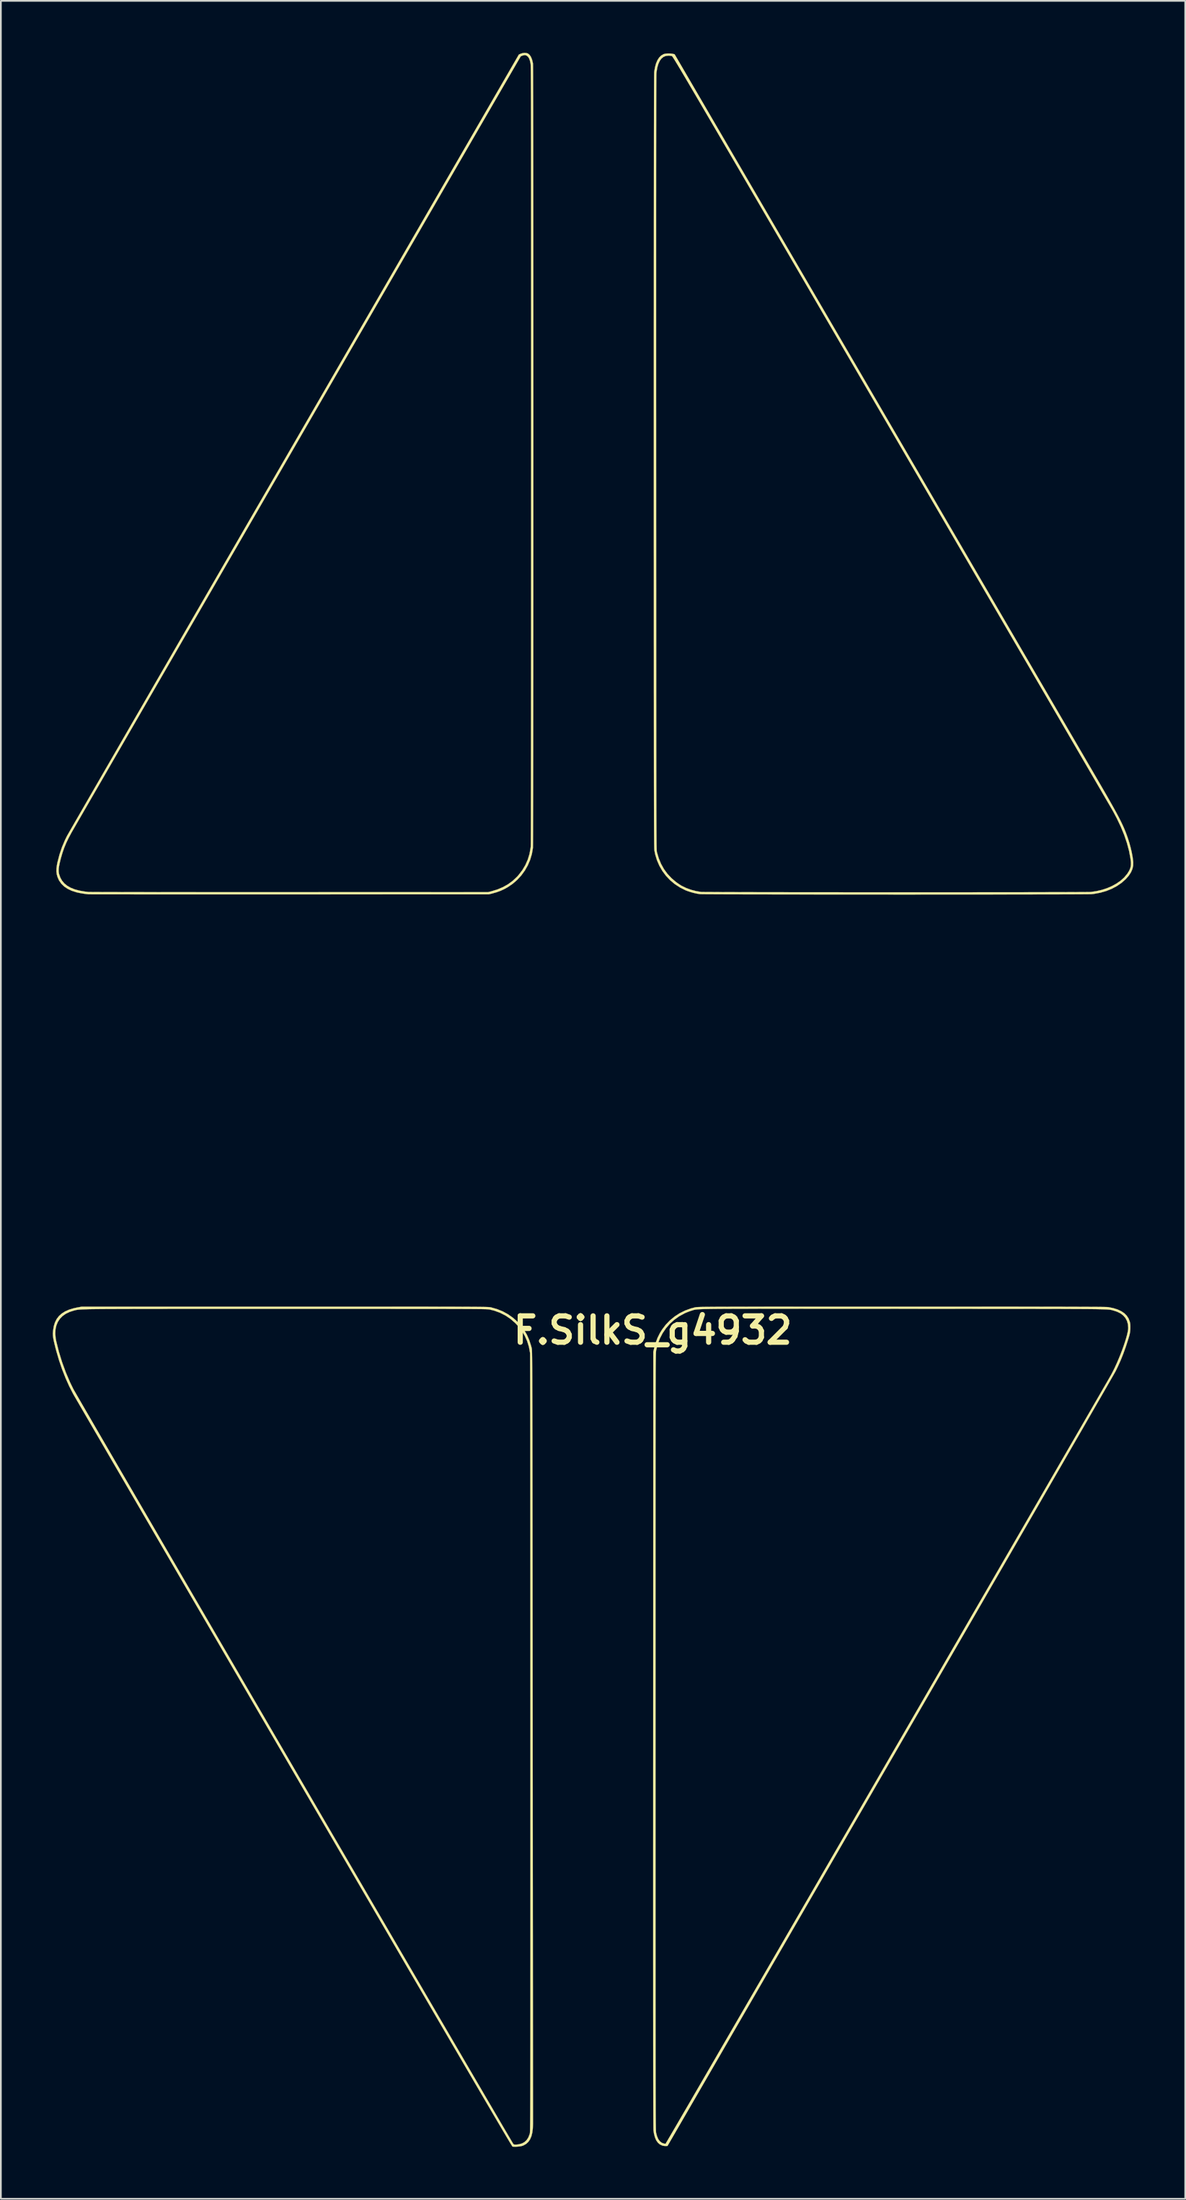
<source format=kicad_pcb>
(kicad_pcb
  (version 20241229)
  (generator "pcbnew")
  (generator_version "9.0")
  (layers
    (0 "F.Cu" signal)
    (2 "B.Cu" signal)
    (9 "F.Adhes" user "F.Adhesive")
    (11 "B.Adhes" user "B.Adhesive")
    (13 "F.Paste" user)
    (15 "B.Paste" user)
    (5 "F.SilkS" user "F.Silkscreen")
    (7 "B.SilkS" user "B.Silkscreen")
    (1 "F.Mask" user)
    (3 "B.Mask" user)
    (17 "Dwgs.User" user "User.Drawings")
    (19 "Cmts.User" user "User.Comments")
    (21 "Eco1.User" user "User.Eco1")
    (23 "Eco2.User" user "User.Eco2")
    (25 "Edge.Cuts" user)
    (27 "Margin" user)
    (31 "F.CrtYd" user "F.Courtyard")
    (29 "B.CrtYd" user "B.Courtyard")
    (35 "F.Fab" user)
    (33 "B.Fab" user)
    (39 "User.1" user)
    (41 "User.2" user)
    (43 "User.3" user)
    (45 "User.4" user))
  (footprint "F.SilkS_g4932"
    (layer "F.Cu")
    (at 34.667 73.781)
    (property "Reference" "F.SilkS_g4932" (at 0 0 0) (layer "F.SilkS") (effects (font (size 1.524 1.524) (thickness 0.3))))
    (attr through_hole)
    (fp_poly (pts (xy -7.289 -73.766) (xy -7.201 -73.734) (xy -7.11 -73.656) (xy -7.034 -73.539) (xy -6.973 -73.385) (xy -6.927 -73.195) (xy -6.921 -73.16) (xy -6.92 -73.133) (xy -6.918 -73.063) (xy -6.917 -72.954) (xy -6.916 -72.806) (xy -6.915 -72.619) (xy -6.914 -72.396) (xy -6.914 -72.136) (xy -6.913 -71.842) (xy -6.912 -71.514) (xy -6.911 -71.153) (xy -6.91 -70.76) (xy -6.909 -70.337) (xy -6.909 -69.884) (xy -6.908 -69.402) (xy -6.907 -68.894) (xy -6.906 -68.358) (xy -6.906 -67.798) (xy -6.905 -67.213) (xy -6.905 -66.605) (xy -6.904 -65.975) (xy -6.904 -65.324) (xy -6.903 -64.652) (xy -6.903 -63.962) (xy -6.902 -63.254) (xy -6.902 -62.529) (xy -6.902 -61.789) (xy -6.901 -61.033) (xy -6.901 -60.264) (xy -6.901 -59.483) (xy -6.9 -58.69) (xy -6.9 -57.886) (xy -6.9 -57.073) (xy -6.9 -56.252) (xy -6.9 -55.424) (xy -6.9 -54.589) (xy -6.899 -53.749) (xy -6.899 -52.905) (xy -6.899 -52.058) (xy -6.899 -51.21) (xy -6.899 -50.36) (xy -6.9 -49.511) (xy -6.9 -48.662) (xy -6.9 -47.816) (xy -6.9 -46.974) (xy -6.9 -46.136) (xy -6.9 -45.303) (xy -6.901 -44.477) (xy -6.901 -43.659) (xy -6.901 -42.849) (xy -6.901 -42.049) (xy -6.902 -41.26) (xy -6.902 -40.483) (xy -6.903 -39.718) (xy -6.903 -38.968) (xy -6.903 -38.233) (xy -6.904 -37.514) (xy -6.905 -36.812) (xy -6.905 -36.128) (xy -6.906 -35.464) (xy -6.906 -34.82) (xy -6.907 -34.197) (xy -6.907 -33.597) (xy -6.908 -33.021) (xy -6.909 -32.469) (xy -6.91 -31.943) (xy -6.91 -31.444) (xy -6.911 -30.972) (xy -6.912 -30.53) (xy -6.913 -30.117) (xy -6.914 -29.735) (xy -6.915 -29.386) (xy -6.916 -29.069) (xy -6.916 -28.787) (xy -6.917 -28.54) (xy -6.918 -28.33) (xy -6.919 -28.156) (xy -6.921 -28.022) (xy -6.922 -27.926) (xy -6.923 -27.872) (xy -6.923 -27.859) (xy -6.983 -27.511) (xy -7.082 -27.176) (xy -7.218 -26.856) (xy -7.389 -26.555) (xy -7.593 -26.274) (xy -7.828 -26.018) (xy -8.091 -25.789) (xy -8.381 -25.591) (xy -8.588 -25.477) (xy -8.796 -25.382) (xy -9.015 -25.302) (xy -9.26 -25.232) (xy -9.29 -25.224) (xy -9.472 -25.179) (xy -20.987 -25.177) (xy -21.684 -25.176) (xy -22.37 -25.176) (xy -23.046 -25.176) (xy -23.708 -25.176) (xy -24.356 -25.176) (xy -24.99 -25.176) (xy -25.606 -25.176) (xy -26.205 -25.176) (xy -26.786 -25.176) (xy -27.346 -25.177) (xy -27.884 -25.177) (xy -28.4 -25.177) (xy -28.893 -25.177) (xy -29.36 -25.177) (xy -29.801 -25.177) (xy -30.214 -25.178) (xy -30.599 -25.178) (xy -30.954 -25.178) (xy -31.277 -25.179) (xy -31.569 -25.179) (xy -31.826 -25.179) (xy -32.049 -25.18) (xy -32.235 -25.18) (xy -32.385 -25.18) (xy -32.495 -25.181) (xy -32.566 -25.181) (xy -32.596 -25.182) (xy -32.597 -25.182) (xy -32.719 -25.194) (xy -32.865 -25.214) (xy -33.019 -25.239) (xy -33.164 -25.267) (xy -33.286 -25.294) (xy -33.306 -25.299) (xy -33.574 -25.386) (xy -33.807 -25.496) (xy -34.005 -25.629) (xy -34.168 -25.785) (xy -34.295 -25.964) (xy -34.324 -26.019) (xy -34.393 -26.177) (xy -34.437 -26.333) (xy -34.457 -26.495) (xy -34.456 -26.546) (xy -34.328 -26.546) (xy -34.32 -26.442) (xy -34.303 -26.352) (xy -34.233 -26.149) (xy -34.132 -25.969) (xy -34 -25.811) (xy -33.834 -25.675) (xy -33.634 -25.56) (xy -33.4 -25.467) (xy -33.13 -25.394) (xy -32.824 -25.341) (xy -32.611 -25.317) (xy -32.578 -25.316) (xy -32.504 -25.315) (xy -32.39 -25.314) (xy -32.238 -25.313) (xy -32.048 -25.312) (xy -31.822 -25.311) (xy -31.562 -25.31) (xy -31.268 -25.31) (xy -30.941 -25.309) (xy -30.583 -25.308) (xy -30.196 -25.307) (xy -29.779 -25.307) (xy -29.336 -25.306) (xy -28.866 -25.306) (xy -28.371 -25.305) (xy -27.853 -25.304) (xy -27.312 -25.304) (xy -26.75 -25.304) (xy -26.169 -25.303) (xy -25.568 -25.303) (xy -24.95 -25.303) (xy -24.316 -25.303) (xy -23.667 -25.303) (xy -23.005 -25.303) (xy -22.33 -25.303) (xy -21.644 -25.303) (xy -20.966 -25.303) (xy -9.514 -25.306) (xy -9.335 -25.351) (xy -8.979 -25.459) (xy -8.653 -25.597) (xy -8.356 -25.765) (xy -8.086 -25.964) (xy -7.841 -26.195) (xy -7.752 -26.295) (xy -7.537 -26.575) (xy -7.362 -26.869) (xy -7.224 -27.18) (xy -7.123 -27.508) (xy -7.059 -27.858) (xy -7.049 -27.945) (xy -7.048 -27.977) (xy -7.047 -28.052) (xy -7.045 -28.168) (xy -7.044 -28.325) (xy -7.043 -28.524) (xy -7.042 -28.764) (xy -7.041 -29.044) (xy -7.04 -29.365) (xy -7.039 -29.725) (xy -7.039 -30.126) (xy -7.038 -30.565) (xy -7.037 -31.044) (xy -7.036 -31.562) (xy -7.035 -32.119) (xy -7.035 -32.714) (xy -7.034 -33.346) (xy -7.033 -34.017) (xy -7.033 -34.725) (xy -7.032 -35.47) (xy -7.032 -36.252) (xy -7.031 -37.071) (xy -7.031 -37.926) (xy -7.03 -38.817) (xy -7.03 -39.744) (xy -7.029 -40.706) (xy -7.029 -41.704) (xy -7.029 -42.736) (xy -7.028 -43.803) (xy -7.028 -44.904) (xy -7.028 -46.039) (xy -7.028 -47.208) (xy -7.028 -48.411) (xy -7.027 -49.646) (xy -7.027 -50.557) (xy -7.027 -51.741) (xy -7.027 -52.883) (xy -7.027 -53.984) (xy -7.027 -55.045) (xy -7.027 -56.067) (xy -7.027 -57.05) (xy -7.027 -57.995) (xy -7.027 -58.903) (xy -7.028 -59.774) (xy -7.028 -60.61) (xy -7.028 -61.41) (xy -7.028 -62.177) (xy -7.028 -62.91) (xy -7.028 -63.61) (xy -7.029 -64.278) (xy -7.029 -64.914) (xy -7.029 -65.52) (xy -7.029 -66.097) (xy -7.03 -66.644) (xy -7.03 -67.163) (xy -7.03 -67.654) (xy -7.031 -68.118) (xy -7.031 -68.556) (xy -7.032 -68.968) (xy -7.032 -69.356) (xy -7.033 -69.72) (xy -7.033 -70.06) (xy -7.034 -70.378) (xy -7.035 -70.674) (xy -7.035 -70.949) (xy -7.036 -71.204) (xy -7.037 -71.439) (xy -7.038 -71.656) (xy -7.039 -71.854) (xy -7.04 -72.035) (xy -7.041 -72.199) (xy -7.042 -72.347) (xy -7.043 -72.48) (xy -7.044 -72.599) (xy -7.045 -72.704) (xy -7.046 -72.796) (xy -7.047 -72.875) (xy -7.049 -72.943) (xy -7.05 -73.001) (xy -7.051 -73.048) (xy -7.053 -73.086) (xy -7.055 -73.115) (xy -7.056 -73.137) (xy -7.058 -73.151) (xy -7.058 -73.154) (xy -7.095 -73.32) (xy -7.14 -73.448) (xy -7.198 -73.542) (xy -7.268 -73.606) (xy -7.314 -73.63) (xy -7.364 -73.646) (xy -7.414 -73.647) (xy -7.484 -73.632) (xy -7.493 -73.63) (xy -7.56 -73.609) (xy -7.613 -73.585) (xy -7.631 -73.573) (xy -7.642 -73.553) (xy -7.674 -73.499) (xy -7.727 -73.409) (xy -7.799 -73.285) (xy -7.89 -73.128) (xy -8 -72.938) (xy -8.128 -72.717) (xy -8.274 -72.465) (xy -8.438 -72.184) (xy -8.618 -71.874) (xy -8.814 -71.535) (xy -9.026 -71.169) (xy -9.253 -70.777) (xy -9.495 -70.36) (xy -9.751 -69.918) (xy -10.022 -69.452) (xy -10.305 -68.963) (xy -10.601 -68.452) (xy -10.909 -67.919) (xy -11.23 -67.367) (xy -11.561 -66.794) (xy -11.903 -66.204) (xy -12.256 -65.595) (xy -12.618 -64.969) (xy -12.99 -64.328) (xy -13.37 -63.671) (xy -13.759 -62.999) (xy -14.156 -62.315) (xy -14.56 -61.617) (xy -14.971 -60.908) (xy -15.388 -60.187) (xy -15.811 -59.457) (xy -16.239 -58.717) (xy -16.672 -57.969) (xy -17.11 -57.214) (xy -17.551 -56.452) (xy -17.996 -55.683) (xy -18.444 -54.91) (xy -18.894 -54.133) (xy -19.346 -53.353) (xy -19.799 -52.57) (xy -20.253 -51.786) (xy -20.707 -51.001) (xy -21.162 -50.216) (xy -21.616 -49.432) (xy -22.068 -48.65) (xy -22.52 -47.871) (xy -22.969 -47.095) (xy -23.415 -46.324) (xy -23.858 -45.558) (xy -24.298 -44.798) (xy -24.734 -44.046) (xy -25.165 -43.301) (xy -25.591 -42.565) (xy -26.012 -41.838) (xy -26.426 -41.122) (xy -26.834 -40.417) (xy -27.235 -39.725) (xy -27.628 -39.045) (xy -28.014 -38.379) (xy -28.391 -37.728) (xy -28.758 -37.093) (xy -29.117 -36.474) (xy -29.465 -35.872) (xy -29.802 -35.288) (xy -30.129 -34.724) (xy -30.444 -34.179) (xy -30.747 -33.655) (xy -31.038 -33.153) (xy -31.316 -32.673) (xy -31.58 -32.216) (xy -31.83 -31.783) (xy -32.066 -31.376) (xy -32.287 -30.994) (xy -32.492 -30.639) (xy -32.681 -30.311) (xy -32.854 -30.012) (xy -33.01 -29.742) (xy -33.149 -29.503) (xy -33.269 -29.294) (xy -33.371 -29.117) (xy -33.454 -28.973) (xy -33.518 -28.862) (xy -33.562 -28.786) (xy -33.584 -28.747) (xy -33.748 -28.443) (xy -33.886 -28.156) (xy -34.004 -27.873) (xy -34.106 -27.582) (xy -34.197 -27.27) (xy -34.226 -27.156) (xy -34.273 -26.961) (xy -34.305 -26.799) (xy -34.323 -26.663) (xy -34.328 -26.546) (xy -34.456 -26.546) (xy -34.454 -26.672) (xy -34.428 -26.872) (xy -34.397 -27.027) (xy -34.281 -27.474) (xy -34.138 -27.899) (xy -33.963 -28.313) (xy -33.854 -28.534) (xy -33.838 -28.563) (xy -33.802 -28.627) (xy -33.745 -28.726) (xy -33.668 -28.86) (xy -33.572 -29.027) (xy -33.456 -29.228) (xy -33.322 -29.461) (xy -33.17 -29.725) (xy -32.999 -30.021) (xy -32.811 -30.347) (xy -32.606 -30.702) (xy -32.384 -31.086) (xy -32.146 -31.498) (xy -31.892 -31.938) (xy -31.623 -32.404) (xy -31.338 -32.897) (xy -31.039 -33.414) (xy -30.726 -33.957) (xy -30.398 -34.523) (xy -30.058 -35.112) (xy -29.704 -35.723) (xy -29.338 -36.356) (xy -28.96 -37.011) (xy -28.57 -37.685) (xy -28.168 -38.379) (xy -27.756 -39.092) (xy -27.333 -39.824) (xy -26.9 -40.572) (xy -26.457 -41.338) (xy -26.005 -42.119) (xy -25.544 -42.916) (xy -25.075 -43.727) (xy -24.597 -44.552) (xy -24.112 -45.39) (xy -23.62 -46.241) (xy -23.121 -47.104) (xy -22.615 -47.978) (xy -22.103 -48.862) (xy -21.586 -49.755) (xy -21.064 -50.658) (xy -20.733 -51.229) (xy -7.737 -73.68) (xy -7.631 -73.727) (xy -7.518 -73.763) (xy -7.4 -73.776) (xy -7.289 -73.766)) (stroke (width 0.01) (type solid)) (fill yes) (layer "F.SilkS"))
    (fp_poly (pts (xy 15.261 -1.365) (xy 16.087 -1.365) (xy 16.873 -1.365) (xy 17.62 -1.365) (xy 18.328 -1.365) (xy 18.998 -1.365) (xy 19.632 -1.364) (xy 20.23 -1.364) (xy 20.793 -1.364) (xy 21.322 -1.363) (xy 21.818 -1.363) (xy 22.283 -1.363) (xy 22.716 -1.362) (xy 23.12 -1.361) (xy 23.494 -1.361) (xy 23.84 -1.36) (xy 24.159 -1.359) (xy 24.452 -1.358) (xy 24.719 -1.357) (xy 24.962 -1.356) (xy 25.182 -1.355) (xy 25.379 -1.354) (xy 25.555 -1.353) (xy 25.709 -1.352) (xy 25.845 -1.35) (xy 25.961 -1.349) (xy 26.06 -1.347) (xy 26.142 -1.346) (xy 26.208 -1.344) (xy 26.259 -1.342) (xy 26.297 -1.34) (xy 26.321 -1.338) (xy 26.327 -1.337) (xy 26.612 -1.28) (xy 26.859 -1.202) (xy 27.07 -1.104) (xy 27.246 -0.986) (xy 27.386 -0.846) (xy 27.492 -0.685) (xy 27.563 -0.501) (xy 27.582 -0.425) (xy 27.593 -0.342) (xy 27.598 -0.23) (xy 27.597 -0.103) (xy 27.595 -0.075) (xy 27.59 0.015) (xy 27.582 0.094) (xy 27.569 0.171) (xy 27.549 0.257) (xy 27.521 0.362) (xy 27.481 0.493) (xy 27.467 0.54) (xy 27.33 0.963) (xy 27.189 1.354) (xy 27.041 1.724) (xy 26.88 2.084) (xy 26.751 2.349) (xy 26.733 2.383) (xy 26.694 2.452) (xy 26.635 2.556) (xy 26.555 2.695) (xy 26.456 2.868) (xy 26.338 3.074) (xy 26.202 3.312) (xy 26.047 3.581) (xy 25.874 3.882) (xy 25.683 4.212) (xy 25.476 4.572) (xy 25.251 4.961) (xy 25.011 5.378) (xy 24.755 5.822) (xy 24.483 6.292) (xy 24.197 6.788) (xy 23.895 7.31) (xy 23.58 7.856) (xy 23.251 8.425) (xy 22.909 9.017) (xy 22.553 9.632) (xy 22.186 10.268) (xy 21.806 10.925) (xy 21.414 11.602) (xy 21.011 12.299) (xy 20.598 13.014) (xy 20.174 13.746) (xy 19.74 14.496) (xy 19.296 15.263) (xy 18.844 16.045) (xy 18.382 16.843) (xy 17.913 17.654) (xy 17.435 18.479) (xy 16.95 19.317) (xy 16.457 20.168) (xy 15.959 21.029) (xy 15.453 21.902) (xy 14.942 22.784) (xy 14.426 23.675) (xy 13.905 24.576) (xy 13.709 24.913) (xy 0.853 47.106) (xy 0.749 47.111) (xy 0.664 47.107) (xy 0.577 47.092) (xy 0.554 47.086) (xy 0.415 47.021) (xy 0.298 46.92) (xy 0.201 46.783) (xy 0.126 46.609) (xy 0.071 46.399) (xy 0.043 46.216) (xy 0.042 46.192) (xy 0.041 46.144) (xy 0.039 46.071) (xy 0.038 45.973) (xy 0.037 45.849) (xy 0.036 45.698) (xy 0.035 45.522) (xy 0.034 45.317) (xy 0.033 45.086) (xy 0.032 44.826) (xy 0.031 44.537) (xy 0.031 44.22) (xy 0.03 43.873) (xy 0.029 43.496) (xy 0.028 43.088) (xy 0.028 42.649) (xy 0.027 42.179) (xy 0.027 41.676) (xy 0.026 41.142) (xy 0.026 40.574) (xy 0.026 39.973) (xy 0.025 39.338) (xy 0.025 38.668) (xy 0.025 37.964) (xy 0.025 37.224) (xy 0.024 36.449) (xy 0.024 35.637) (xy 0.024 34.788) (xy 0.024 33.902) (xy 0.024 32.978) (xy 0.024 32.016) (xy 0.024 31.015) (xy 0.024 29.975) (xy 0.025 28.895) (xy 0.025 27.775) (xy 0.025 26.615) (xy 0.025 25.413) (xy 0.026 24.169) (xy 0.026 23.77) (xy 0.159 23.77) (xy 0.159 24.945) (xy 0.159 26.078) (xy 0.159 27.17) (xy 0.159 28.222) (xy 0.159 29.235) (xy 0.159 30.209) (xy 0.159 31.145) (xy 0.159 32.045) (xy 0.159 32.908) (xy 0.159 33.735) (xy 0.159 34.528) (xy 0.159 35.286) (xy 0.16 36.011) (xy 0.16 36.704) (xy 0.16 37.365) (xy 0.16 37.995) (xy 0.16 38.594) (xy 0.161 39.164) (xy 0.161 39.706) (xy 0.161 40.219) (xy 0.162 40.705) (xy 0.162 41.164) (xy 0.162 41.598) (xy 0.163 42.006) (xy 0.163 42.391) (xy 0.164 42.752) (xy 0.164 43.09) (xy 0.165 43.406) (xy 0.166 43.7) (xy 0.166 43.975) (xy 0.167 44.229) (xy 0.168 44.465) (xy 0.169 44.682) (xy 0.169 44.882) (xy 0.17 45.065) (xy 0.171 45.232) (xy 0.172 45.383) (xy 0.173 45.521) (xy 0.174 45.644) (xy 0.175 45.755) (xy 0.177 45.853) (xy 0.178 45.94) (xy 0.179 46.016) (xy 0.18 46.082) (xy 0.182 46.139) (xy 0.183 46.188) (xy 0.185 46.228) (xy 0.186 46.262) (xy 0.188 46.29) (xy 0.19 46.312) (xy 0.192 46.329) (xy 0.193 46.343) (xy 0.195 46.351) (xy 0.248 46.548) (xy 0.317 46.708) (xy 0.402 46.83) (xy 0.504 46.913) (xy 0.519 46.921) (xy 0.594 46.954) (xy 0.671 46.976) (xy 0.732 46.983) (xy 0.738 46.983) (xy 0.75 46.964) (xy 0.783 46.91) (xy 0.835 46.821) (xy 0.908 46.697) (xy 1.001 46.539) (xy 1.112 46.348) (xy 1.243 46.125) (xy 1.392 45.87) (xy 1.558 45.584) (xy 1.742 45.267) (xy 1.944 44.922) (xy 2.162 44.547) (xy 2.396 44.144) (xy 2.646 43.714) (xy 2.912 43.257) (xy 3.192 42.774) (xy 3.488 42.265) (xy 3.797 41.732) (xy 4.121 41.175) (xy 4.458 40.595) (xy 4.807 39.993) (xy 5.17 39.368) (xy 5.544 38.723) (xy 5.931 38.057) (xy 6.329 37.371) (xy 6.737 36.667) (xy 7.157 35.944) (xy 7.586 35.204) (xy 8.025 34.446) (xy 8.473 33.673) (xy 8.931 32.884) (xy 9.397 32.081) (xy 9.87 31.263) (xy 10.352 30.432) (xy 10.841 29.589) (xy 11.337 28.734) (xy 11.839 27.867) (xy 12.347 26.99) (xy 12.861 26.103) (xy 13.38 25.207) (xy 13.55 24.913) (xy 14.072 24.013) (xy 14.588 23.122) (xy 15.099 22.239) (xy 15.605 21.367) (xy 16.104 20.505) (xy 16.597 19.654) (xy 17.082 18.815) (xy 17.561 17.989) (xy 18.031 17.177) (xy 18.493 16.379) (xy 18.947 15.595) (xy 19.392 14.828) (xy 19.827 14.076) (xy 20.252 13.342) (xy 20.667 12.625) (xy 21.071 11.927) (xy 21.465 11.248) (xy 21.846 10.589) (xy 22.216 9.951) (xy 22.573 9.334) (xy 22.917 8.739) (xy 23.249 8.167) (xy 23.566 7.618) (xy 23.87 7.094) (xy 24.159 6.594) (xy 24.433 6.121) (xy 24.692 5.673) (xy 24.935 5.253) (xy 25.162 4.86) (xy 25.373 4.496) (xy 25.566 4.162) (xy 25.743 3.857) (xy 25.901 3.583) (xy 26.041 3.34) (xy 26.163 3.13) (xy 26.266 2.952) (xy 26.349 2.808) (xy 26.412 2.698) (xy 26.455 2.623) (xy 26.478 2.584) (xy 26.48 2.58) (xy 26.589 2.373) (xy 26.7 2.148) (xy 26.809 1.91) (xy 26.915 1.663) (xy 27.018 1.413) (xy 27.114 1.164) (xy 27.202 0.921) (xy 27.281 0.687) (xy 27.349 0.469) (xy 27.404 0.271) (xy 27.444 0.097) (xy 27.468 -0.048) (xy 27.474 -0.14) (xy 27.456 -0.352) (xy 27.402 -0.543) (xy 27.312 -0.711) (xy 27.187 -0.856) (xy 27.028 -0.977) (xy 26.835 -1.072) (xy 26.649 -1.133) (xy 26.622 -1.14) (xy 26.597 -1.147) (xy 26.575 -1.154) (xy 26.554 -1.16) (xy 26.533 -1.166) (xy 26.511 -1.172) (xy 26.486 -1.177) (xy 26.458 -1.182) (xy 26.426 -1.187) (xy 26.389 -1.192) (xy 26.345 -1.196) (xy 26.293 -1.2) (xy 26.233 -1.204) (xy 26.164 -1.207) (xy 26.083 -1.21) (xy 25.991 -1.213) (xy 25.886 -1.216) (xy 25.768 -1.218) (xy 25.634 -1.221) (xy 25.484 -1.223) (xy 25.317 -1.225) (xy 25.132 -1.227) (xy 24.928 -1.228) (xy 24.704 -1.23) (xy 24.458 -1.231) (xy 24.19 -1.232) (xy 23.899 -1.234) (xy 23.583 -1.235) (xy 23.241 -1.235) (xy 22.873 -1.236) (xy 22.477 -1.237) (xy 22.053 -1.238) (xy 21.598 -1.238) (xy 21.113 -1.239) (xy 20.596 -1.239) (xy 20.046 -1.24) (xy 19.462 -1.24) (xy 18.843 -1.24) (xy 18.187 -1.241) (xy 17.494 -1.241) (xy 16.763 -1.242) (xy 15.993 -1.242) (xy 15.182 -1.243) (xy 14.499 -1.243) (xy 13.651 -1.244) (xy 12.845 -1.244) (xy 12.078 -1.245) (xy 11.351 -1.245) (xy 10.662 -1.245) (xy 10.01 -1.246) (xy 9.394 -1.246) (xy 8.813 -1.246) (xy 8.265 -1.247) (xy 7.751 -1.247) (xy 7.268 -1.247) (xy 6.816 -1.247) (xy 6.394 -1.247) (xy 6 -1.246) (xy 5.634 -1.246) (xy 5.294 -1.245) (xy 4.98 -1.244) (xy 4.69 -1.244) (xy 4.423 -1.242) (xy 4.178 -1.241) (xy 3.955 -1.24) (xy 3.752 -1.238) (xy 3.568 -1.236) (xy 3.402 -1.234) (xy 3.253 -1.232) (xy 3.119 -1.229) (xy 3.001 -1.227) (xy 2.896 -1.224) (xy 2.804 -1.22) (xy 2.724 -1.217) (xy 2.655 -1.213) (xy 2.595 -1.209) (xy 2.543 -1.204) (xy 2.499 -1.199) (xy 2.461 -1.194) (xy 2.429 -1.189) (xy 2.4 -1.183) (xy 2.376 -1.177) (xy 2.353 -1.171) (xy 2.331 -1.164) (xy 2.309 -1.156) (xy 2.287 -1.149) (xy 2.262 -1.141) (xy 2.234 -1.132) (xy 2.233 -1.132) (xy 2.129 -1.098) (xy 2.006 -1.052) (xy 1.884 -1.001) (xy 1.826 -0.974) (xy 1.519 -0.805) (xy 1.238 -0.603) (xy 0.984 -0.372) (xy 0.761 -0.113) (xy 0.568 0.171) (xy 0.409 0.477) (xy 0.286 0.803) (xy 0.2 1.146) (xy 0.198 1.154) (xy 0.196 1.165) (xy 0.194 1.179) (xy 0.192 1.194) (xy 0.191 1.213) (xy 0.189 1.235) (xy 0.187 1.262) (xy 0.185 1.295) (xy 0.184 1.333) (xy 0.182 1.378) (xy 0.181 1.431) (xy 0.179 1.492) (xy 0.178 1.563) (xy 0.177 1.643) (xy 0.176 1.734) (xy 0.174 1.836) (xy 0.173 1.95) (xy 0.172 2.077) (xy 0.171 2.218) (xy 0.17 2.374) (xy 0.169 2.544) (xy 0.169 2.73) (xy 0.168 2.934) (xy 0.167 3.154) (xy 0.166 3.393) (xy 0.166 3.65) (xy 0.165 3.928) (xy 0.164 4.226) (xy 0.164 4.545) (xy 0.163 4.886) (xy 0.163 5.25) (xy 0.162 5.637) (xy 0.162 6.049) (xy 0.162 6.485) (xy 0.161 6.948) (xy 0.161 7.437) (xy 0.161 7.953) (xy 0.16 8.497) (xy 0.16 9.07) (xy 0.16 9.673) (xy 0.16 10.306) (xy 0.16 10.97) (xy 0.159 11.666) (xy 0.159 12.395) (xy 0.159 13.157) (xy 0.159 13.953) (xy 0.159 14.784) (xy 0.159 15.65) (xy 0.159 16.553) (xy 0.159 17.493) (xy 0.159 18.471) (xy 0.159 19.488) (xy 0.159 20.544) (xy 0.159 21.64) (xy 0.159 22.777) (xy 0.159 23.77) (xy 0.026 23.77) (xy 0.026 23.622) (xy 0.032 1.238) (xy 0.079 1.044) (xy 0.167 0.727) (xy 0.275 0.439) (xy 0.407 0.172) (xy 0.538 -0.041) (xy 0.75 -0.321) (xy 0.992 -0.573) (xy 1.262 -0.795) (xy 1.556 -0.986) (xy 1.873 -1.142) (xy 2.208 -1.264) (xy 2.455 -1.327) (xy 2.469 -1.33) (xy 2.486 -1.332) (xy 2.505 -1.335) (xy 2.529 -1.337) (xy 2.559 -1.339) (xy 2.595 -1.341) (xy 2.638 -1.343) (xy 2.69 -1.345) (xy 2.752 -1.347) (xy 2.824 -1.349) (xy 2.908 -1.35) (xy 3.005 -1.352) (xy 3.116 -1.353) (xy 3.241 -1.354) (xy 3.383 -1.356) (xy 3.541 -1.357) (xy 3.718 -1.358) (xy 3.914 -1.359) (xy 4.129 -1.359) (xy 4.366 -1.36) (xy 4.626 -1.361) (xy 4.908 -1.362) (xy 5.215 -1.362) (xy 5.547 -1.363) (xy 5.906 -1.363) (xy 6.292 -1.363) (xy 6.707 -1.364) (xy 7.151 -1.364) (xy 7.626 -1.364) (xy 8.133 -1.365) (xy 8.673 -1.365) (xy 9.246 -1.365) (xy 9.854 -1.365) (xy 10.498 -1.365) (xy 11.179 -1.365) (xy 11.898 -1.365) (xy 12.656 -1.365) (xy 13.454 -1.365) (xy 14.294 -1.365) (xy 14.393 -1.365) (xy 15.261 -1.365)) (stroke (width 0.01) (type solid)) (fill yes) (layer "F.SilkS"))
    (fp_poly (pts (xy 1 -73.741) (xy 1.122 -73.728) (xy 1.159 -73.721) (xy 1.263 -73.697) (xy 12.808 -53.904) (xy 13.31 -53.043) (xy 13.81 -52.186) (xy 14.306 -51.336) (xy 14.797 -50.493) (xy 15.285 -49.658) (xy 15.767 -48.831) (xy 16.243 -48.015) (xy 16.713 -47.208) (xy 17.177 -46.413) (xy 17.634 -45.63) (xy 18.083 -44.86) (xy 18.524 -44.104) (xy 18.956 -43.363) (xy 19.38 -42.637) (xy 19.794 -41.927) (xy 20.197 -41.235) (xy 20.591 -40.561) (xy 20.973 -39.906) (xy 21.343 -39.27) (xy 21.702 -38.656) (xy 22.048 -38.062) (xy 22.381 -37.491) (xy 22.701 -36.943) (xy 23.006 -36.419) (xy 23.297 -35.921) (xy 23.573 -35.447) (xy 23.834 -35.001) (xy 24.078 -34.581) (xy 24.307 -34.19) (xy 24.518 -33.828) (xy 24.711 -33.496) (xy 24.887 -33.195) (xy 25.044 -32.926) (xy 25.182 -32.689) (xy 25.301 -32.485) (xy 25.4 -32.316) (xy 25.478 -32.181) (xy 25.526 -32.1) (xy 25.751 -31.713) (xy 25.956 -31.36) (xy 26.142 -31.039) (xy 26.31 -30.747) (xy 26.46 -30.481) (xy 26.596 -30.241) (xy 26.717 -30.022) (xy 26.825 -29.823) (xy 26.921 -29.642) (xy 27.007 -29.475) (xy 27.083 -29.321) (xy 27.151 -29.178) (xy 27.213 -29.042) (xy 27.268 -28.912) (xy 27.32 -28.785) (xy 27.368 -28.659) (xy 27.414 -28.532) (xy 27.458 -28.406) (xy 27.542 -28.139) (xy 27.616 -27.866) (xy 27.678 -27.597) (xy 27.726 -27.341) (xy 27.757 -27.108) (xy 27.763 -27.029) (xy 27.759 -26.832) (xy 27.715 -26.64) (xy 27.632 -26.45) (xy 27.509 -26.261) (xy 27.344 -26.071) (xy 27.327 -26.053) (xy 27.089 -25.842) (xy 26.819 -25.657) (xy 26.522 -25.499) (xy 26.2 -25.37) (xy 25.856 -25.272) (xy 25.494 -25.205) (xy 25.361 -25.19) (xy 25.325 -25.188) (xy 25.249 -25.187) (xy 25.133 -25.185) (xy 24.98 -25.184) (xy 24.79 -25.183) (xy 24.566 -25.182) (xy 24.309 -25.18) (xy 24.019 -25.179) (xy 23.7 -25.178) (xy 23.353 -25.177) (xy 22.978 -25.176) (xy 22.577 -25.176) (xy 22.153 -25.175) (xy 21.706 -25.174) (xy 21.238 -25.173) (xy 20.751 -25.173) (xy 20.245 -25.172) (xy 19.723 -25.172) (xy 19.187 -25.171) (xy 18.637 -25.171) (xy 18.075 -25.17) (xy 17.502 -25.17) (xy 16.921 -25.17) (xy 16.332 -25.17) (xy 15.738 -25.17) (xy 15.139 -25.169) (xy 14.538 -25.169) (xy 13.935 -25.169) (xy 13.333 -25.17) (xy 12.732 -25.17) (xy 12.135 -25.17) (xy 11.542 -25.17) (xy 10.956 -25.17) (xy 10.378 -25.171) (xy 9.809 -25.171) (xy 9.251 -25.172) (xy 8.706 -25.172) (xy 8.174 -25.173) (xy 7.658 -25.173) (xy 7.159 -25.174) (xy 6.679 -25.175) (xy 6.218 -25.176) (xy 5.779 -25.176) (xy 5.363 -25.177) (xy 4.972 -25.178) (xy 4.607 -25.179) (xy 4.269 -25.18) (xy 3.96 -25.181) (xy 3.683 -25.182) (xy 3.437 -25.184) (xy 3.225 -25.185) (xy 3.048 -25.186) (xy 2.909 -25.187) (xy 2.807 -25.189) (xy 2.745 -25.19) (xy 2.726 -25.191) (xy 2.558 -25.218) (xy 2.369 -25.26) (xy 2.176 -25.314) (xy 1.996 -25.374) (xy 1.889 -25.416) (xy 1.568 -25.578) (xy 1.273 -25.771) (xy 1.005 -25.995) (xy 0.766 -26.247) (xy 0.559 -26.524) (xy 0.384 -26.824) (xy 0.245 -27.144) (xy 0.142 -27.483) (xy 0.095 -27.716) (xy 0.093 -27.73) (xy 0.092 -27.752) (xy 0.09 -27.782) (xy 0.089 -27.822) (xy 0.087 -27.871) (xy 0.086 -27.932) (xy 0.085 -28.003) (xy 0.083 -28.087) (xy 0.082 -28.184) (xy 0.081 -28.294) (xy 0.08 -28.419) (xy 0.079 -28.559) (xy 0.078 -28.715) (xy 0.077 -28.887) (xy 0.076 -29.076) (xy 0.075 -29.284) (xy 0.074 -29.51) (xy 0.073 -29.756) (xy 0.073 -30.022) (xy 0.072 -30.309) (xy 0.071 -30.618) (xy 0.071 -30.949) (xy 0.07 -31.303) (xy 0.069 -31.681) (xy 0.069 -32.083) (xy 0.068 -32.511) (xy 0.068 -32.965) (xy 0.067 -33.445) (xy 0.067 -33.954) (xy 0.067 -34.49) (xy 0.066 -35.055) (xy 0.066 -35.65) (xy 0.066 -36.276) (xy 0.065 -36.932) (xy 0.065 -37.621) (xy 0.065 -38.342) (xy 0.065 -39.096) (xy 0.064 -39.885) (xy 0.064 -40.708) (xy 0.064 -41.567) (xy 0.064 -42.462) (xy 0.064 -43.394) (xy 0.064 -44.364) (xy 0.063 -45.372) (xy 0.063 -46.419) (xy 0.063 -47.507) (xy 0.063 -48.635) (xy 0.063 -49.804) (xy 0.063 -50.2) (xy 0.063 -51.453) (xy 0.063 -52.664) (xy 0.063 -53.835) (xy 0.063 -54.964) (xy 0.063 -56.053) (xy 0.063 -57.102) (xy 0.063 -58.112) (xy 0.064 -59.083) (xy 0.064 -60.016) (xy 0.064 -60.132) (xy 0.194 -60.132) (xy 0.194 -59.18) (xy 0.194 -58.189) (xy 0.194 -57.158) (xy 0.194 -56.088) (xy 0.194 -54.977) (xy 0.194 -53.825) (xy 0.195 -52.633) (xy 0.195 -51.399) (xy 0.195 -50.123) (xy 0.195 -50.091) (xy 0.196 -48.92) (xy 0.196 -47.792) (xy 0.196 -46.703) (xy 0.197 -45.655) (xy 0.197 -44.647) (xy 0.197 -43.677) (xy 0.198 -42.744) (xy 0.198 -41.849) (xy 0.198 -40.99) (xy 0.199 -40.166) (xy 0.199 -39.378) (xy 0.199 -38.623) (xy 0.2 -37.901) (xy 0.2 -37.212) (xy 0.2 -36.555) (xy 0.201 -35.929) (xy 0.201 -35.333) (xy 0.202 -34.766) (xy 0.202 -34.229) (xy 0.202 -33.719) (xy 0.203 -33.236) (xy 0.203 -32.78) (xy 0.204 -32.349) (xy 0.205 -31.944) (xy 0.205 -31.562) (xy 0.206 -31.205) (xy 0.206 -30.869) (xy 0.207 -30.556) (xy 0.208 -30.264) (xy 0.208 -29.992) (xy 0.209 -29.74) (xy 0.21 -29.506) (xy 0.211 -29.291) (xy 0.212 -29.093) (xy 0.213 -28.912) (xy 0.214 -28.747) (xy 0.215 -28.597) (xy 0.216 -28.461) (xy 0.217 -28.339) (xy 0.218 -28.229) (xy 0.219 -28.132) (xy 0.22 -28.046) (xy 0.222 -27.97) (xy 0.223 -27.905) (xy 0.225 -27.848) (xy 0.226 -27.8) (xy 0.228 -27.759) (xy 0.229 -27.725) (xy 0.231 -27.697) (xy 0.233 -27.674) (xy 0.234 -27.656) (xy 0.236 -27.642) (xy 0.238 -27.631) (xy 0.24 -27.622) (xy 0.345 -27.266) (xy 0.481 -26.937) (xy 0.649 -26.635) (xy 0.851 -26.36) (xy 1.085 -26.111) (xy 1.333 -25.9) (xy 1.429 -25.83) (xy 1.529 -25.761) (xy 1.62 -25.702) (xy 1.672 -25.671) (xy 1.932 -25.545) (xy 2.216 -25.441) (xy 2.51 -25.364) (xy 2.783 -25.319) (xy 2.818 -25.317) (xy 2.893 -25.316) (xy 3.007 -25.314) (xy 3.16 -25.313) (xy 3.348 -25.312) (xy 3.571 -25.311) (xy 3.828 -25.309) (xy 4.116 -25.308) (xy 4.434 -25.307) (xy 4.781 -25.306) (xy 5.155 -25.305) (xy 5.554 -25.304) (xy 5.978 -25.303) (xy 6.424 -25.302) (xy 6.891 -25.302) (xy 7.377 -25.301) (xy 7.882 -25.3) (xy 8.403 -25.3) (xy 8.938 -25.299) (xy 9.487 -25.299) (xy 10.048 -25.298) (xy 10.62 -25.298) (xy 11.2 -25.297) (xy 11.787 -25.297) (xy 12.38 -25.297) (xy 12.978 -25.297) (xy 13.578 -25.297) (xy 14.179 -25.296) (xy 14.78 -25.296) (xy 15.379 -25.296) (xy 15.975 -25.297) (xy 16.566 -25.297) (xy 17.15 -25.297) (xy 17.726 -25.297) (xy 18.293 -25.297) (xy 18.849 -25.298) (xy 19.392 -25.298) (xy 19.921 -25.299) (xy 20.435 -25.299) (xy 20.932 -25.3) (xy 21.41 -25.3) (xy 21.867 -25.301) (xy 22.303 -25.302) (xy 22.716 -25.303) (xy 23.105 -25.304) (xy 23.466 -25.305) (xy 23.801 -25.305) (xy 24.105 -25.307) (xy 24.379 -25.308) (xy 24.621 -25.309) (xy 24.829 -25.31) (xy 25.001 -25.311) (xy 25.137 -25.313) (xy 25.234 -25.314) (xy 25.291 -25.315) (xy 25.304 -25.316) (xy 25.632 -25.362) (xy 25.95 -25.436) (xy 26.253 -25.535) (xy 26.537 -25.658) (xy 26.797 -25.802) (xy 27.031 -25.965) (xy 27.233 -26.146) (xy 27.399 -26.342) (xy 27.432 -26.388) (xy 27.516 -26.523) (xy 27.575 -26.644) (xy 27.612 -26.763) (xy 27.629 -26.889) (xy 27.628 -27.033) (xy 27.61 -27.204) (xy 27.603 -27.252) (xy 27.521 -27.688) (xy 27.4 -28.139) (xy 27.242 -28.605) (xy 27.046 -29.082) (xy 26.813 -29.572) (xy 26.606 -29.961) (xy 26.59 -29.989) (xy 26.553 -30.053) (xy 26.496 -30.152) (xy 26.419 -30.285) (xy 26.321 -30.452) (xy 26.205 -30.651) (xy 26.07 -30.883) (xy 25.917 -31.147) (xy 25.745 -31.441) (xy 25.556 -31.766) (xy 25.35 -32.12) (xy 25.127 -32.502) (xy 24.888 -32.912) (xy 24.633 -33.35) (xy 24.363 -33.814) (xy 24.077 -34.304) (xy 23.777 -34.818) (xy 23.463 -35.358) (xy 23.135 -35.92) (xy 22.794 -36.506) (xy 22.439 -37.114) (xy 22.072 -37.743) (xy 21.694 -38.393) (xy 21.303 -39.063) (xy 20.901 -39.752) (xy 20.489 -40.459) (xy 20.066 -41.185) (xy 19.633 -41.927) (xy 19.19 -42.686) (xy 18.738 -43.461) (xy 18.278 -44.251) (xy 17.809 -45.054) (xy 17.333 -45.872) (xy 16.849 -46.702) (xy 16.358 -47.544) (xy 15.86 -48.397) (xy 15.356 -49.261) (xy 14.846 -50.135) (xy 14.331 -51.019) (xy 13.826 -51.885) (xy 13.2 -52.958) (xy 12.595 -53.995) (xy 12.011 -54.997) (xy 11.447 -55.964) (xy 10.902 -56.897) (xy 10.378 -57.797) (xy 9.872 -58.663) (xy 9.386 -59.497) (xy 8.918 -60.3) (xy 8.468 -61.071) (xy 8.035 -61.813) (xy 7.62 -62.524) (xy 7.222 -63.206) (xy 6.841 -63.859) (xy 6.476 -64.485) (xy 6.127 -65.083) (xy 5.793 -65.654) (xy 5.475 -66.199) (xy 5.172 -66.719) (xy 4.883 -67.214) (xy 4.608 -67.684) (xy 4.347 -68.131) (xy 4.099 -68.554) (xy 3.865 -68.955) (xy 3.643 -69.335) (xy 3.434 -69.693) (xy 3.236 -70.03) (xy 3.05 -70.347) (xy 2.876 -70.645) (xy 2.712 -70.924) (xy 2.559 -71.185) (xy 2.416 -71.429) (xy 2.283 -71.655) (xy 2.159 -71.865) (xy 2.045 -72.06) (xy 1.939 -72.239) (xy 1.842 -72.404) (xy 1.753 -72.554) (xy 1.671 -72.692) (xy 1.597 -72.817) (xy 1.529 -72.93) (xy 1.468 -73.031) (xy 1.414 -73.122) (xy 1.365 -73.202) (xy 1.322 -73.273) (xy 1.284 -73.334) (xy 1.251 -73.388) (xy 1.222 -73.433) (xy 1.198 -73.472) (xy 1.177 -73.504) (xy 1.159 -73.53) (xy 1.145 -73.55) (xy 1.133 -73.566) (xy 1.123 -73.578) (xy 1.116 -73.586) (xy 1.11 -73.592) (xy 1.105 -73.595) (xy 1.101 -73.597) (xy 1.037 -73.608) (xy 0.954 -73.616) (xy 0.9 -73.617) (xy 0.749 -73.599) (xy 0.618 -73.543) (xy 0.504 -73.451) (xy 0.407 -73.32) (xy 0.328 -73.152) (xy 0.267 -72.946) (xy 0.223 -72.701) (xy 0.212 -72.612) (xy 0.211 -72.586) (xy 0.209 -72.533) (xy 0.208 -72.451) (xy 0.207 -72.342) (xy 0.206 -72.203) (xy 0.205 -72.035) (xy 0.204 -71.838) (xy 0.203 -71.611) (xy 0.202 -71.353) (xy 0.201 -71.064) (xy 0.2 -70.745) (xy 0.199 -70.393) (xy 0.199 -70.01) (xy 0.198 -69.594) (xy 0.197 -69.145) (xy 0.197 -68.663) (xy 0.196 -68.147) (xy 0.196 -67.597) (xy 0.195 -67.013) (xy 0.195 -66.394) (xy 0.195 -65.739) (xy 0.194 -65.049) (xy 0.194 -64.322) (xy 0.194 -63.559) (xy 0.194 -62.759) (xy 0.194 -61.921) (xy 0.194 -61.046) (xy 0.194 -60.132) (xy 0.064 -60.132) (xy 0.064 -60.911) (xy 0.064 -61.769) (xy 0.065 -62.589) (xy 0.065 -63.374) (xy 0.065 -64.123) (xy 0.066 -64.837) (xy 0.066 -65.515) (xy 0.067 -66.16) (xy 0.067 -66.771) (xy 0.068 -67.348) (xy 0.068 -67.893) (xy 0.069 -68.406) (xy 0.069 -68.886) (xy 0.07 -69.336) (xy 0.071 -69.755) (xy 0.072 -70.143) (xy 0.072 -70.502) (xy 0.073 -70.832) (xy 0.074 -71.133) (xy 0.075 -71.405) (xy 0.076 -71.65) (xy 0.077 -71.868) (xy 0.078 -72.059) (xy 0.079 -72.224) (xy 0.08 -72.363) (xy 0.081 -72.477) (xy 0.083 -72.567) (xy 0.084 -72.632) (xy 0.085 -72.673) (xy 0.086 -72.69) (xy 0.129 -72.943) (xy 0.19 -73.164) (xy 0.27 -73.352) (xy 0.368 -73.504) (xy 0.482 -73.619) (xy 0.613 -73.697) (xy 0.649 -73.711) (xy 0.747 -73.732) (xy 0.869 -73.743) (xy 1 -73.741)) (stroke (width 0.01) (type solid)) (fill yes) (layer "F.SilkS"))
    (fp_poly (pts (xy -20.419 -1.365) (xy -19.618 -1.365) (xy -18.857 -1.365) (xy -18.135 -1.365) (xy -17.451 -1.365) (xy -16.804 -1.365) (xy -16.194 -1.365) (xy -15.618 -1.365) (xy -15.076 -1.365) (xy -14.567 -1.364) (xy -14.09 -1.364) (xy -13.643 -1.364) (xy -13.227 -1.364) (xy -12.839 -1.363) (xy -12.478 -1.363) (xy -12.144 -1.362) (xy -11.835 -1.362) (xy -11.551 -1.361) (xy -11.291 -1.36) (xy -11.052 -1.36) (xy -10.835 -1.359) (xy -10.638 -1.358) (xy -10.46 -1.357) (xy -10.301 -1.356) (xy -10.158 -1.355) (xy -10.032 -1.353) (xy -9.92 -1.352) (xy -9.822 -1.351) (xy -9.737 -1.349) (xy -9.664 -1.347) (xy -9.602 -1.346) (xy -9.549 -1.344) (xy -9.505 -1.342) (xy -9.468 -1.34) (xy -9.438 -1.337) (xy -9.414 -1.335) (xy -9.394 -1.333) (xy -9.377 -1.33) (xy -9.362 -1.327) (xy -9.356 -1.326) (xy -9.006 -1.228) (xy -8.674 -1.095) (xy -8.364 -0.926) (xy -8.077 -0.723) (xy -7.845 -0.517) (xy -7.622 -0.274) (xy -7.432 -0.017) (xy -7.272 0.258) (xy -7.14 0.557) (xy -7.032 0.887) (xy -6.993 1.038) (xy -6.991 1.047) (xy -6.989 1.059) (xy -6.987 1.073) (xy -6.985 1.091) (xy -6.983 1.114) (xy -6.982 1.142) (xy -6.98 1.177) (xy -6.978 1.217) (xy -6.977 1.266) (xy -6.975 1.323) (xy -6.974 1.389) (xy -6.973 1.464) (xy -6.971 1.551) (xy -6.97 1.648) (xy -6.969 1.758) (xy -6.968 1.88) (xy -6.967 2.017) (xy -6.965 2.167) (xy -6.964 2.333) (xy -6.963 2.515) (xy -6.962 2.713) (xy -6.961 2.929) (xy -6.961 3.163) (xy -6.96 3.415) (xy -6.959 3.688) (xy -6.958 3.981) (xy -6.957 4.295) (xy -6.956 4.631) (xy -6.956 4.99) (xy -6.955 5.373) (xy -6.954 5.779) (xy -6.953 6.211) (xy -6.953 6.669) (xy -6.952 7.153) (xy -6.951 7.664) (xy -6.951 8.203) (xy -6.95 8.771) (xy -6.949 9.369) (xy -6.949 9.997) (xy -6.948 10.656) (xy -6.947 11.347) (xy -6.947 12.071) (xy -6.946 12.828) (xy -6.945 13.619) (xy -6.944 14.445) (xy -6.944 15.307) (xy -6.943 16.205) (xy -6.942 17.14) (xy -6.941 18.113) (xy -6.941 19.125) (xy -6.94 20.176) (xy -6.939 21.267) (xy -6.938 22.4) (xy -6.937 23.347) (xy -6.937 24.316) (xy -6.936 25.276) (xy -6.935 26.225) (xy -6.934 27.163) (xy -6.934 28.088) (xy -6.933 29) (xy -6.932 29.898) (xy -6.932 30.781) (xy -6.931 31.647) (xy -6.93 32.497) (xy -6.93 33.33) (xy -6.929 34.143) (xy -6.928 34.937) (xy -6.928 35.711) (xy -6.927 36.463) (xy -6.927 37.193) (xy -6.926 37.9) (xy -6.926 38.583) (xy -6.925 39.241) (xy -6.925 39.874) (xy -6.924 40.479) (xy -6.924 41.057) (xy -6.923 41.607) (xy -6.923 42.127) (xy -6.922 42.617) (xy -6.922 43.076) (xy -6.922 43.503) (xy -6.921 43.897) (xy -6.921 44.257) (xy -6.921 44.582) (xy -6.921 44.872) (xy -6.92 45.125) (xy -6.92 45.341) (xy -6.92 45.518) (xy -6.92 45.657) (xy -6.92 45.755) (xy -6.92 45.812) (xy -6.92 45.826) (xy -6.93 46.104) (xy -6.961 46.346) (xy -7.014 46.554) (xy -7.09 46.729) (xy -7.188 46.872) (xy -7.311 46.986) (xy -7.458 47.071) (xy -7.527 47.099) (xy -7.607 47.12) (xy -7.71 47.137) (xy -7.823 47.148) (xy -7.934 47.154) (xy -8.03 47.153) (xy -8.099 47.144) (xy -8.104 47.142) (xy -8.111 47.135) (xy -8.125 47.113) (xy -8.148 47.077) (xy -8.18 47.026) (xy -8.221 46.96) (xy -8.271 46.877) (xy -8.33 46.778) (xy -8.399 46.662) (xy -8.479 46.528) (xy -8.569 46.376) (xy -8.67 46.206) (xy -8.782 46.016) (xy -8.905 45.807) (xy -9.04 45.578) (xy -9.187 45.328) (xy -9.346 45.057) (xy -9.518 44.765) (xy -9.703 44.45) (xy -9.901 44.113) (xy -10.112 43.752) (xy -10.337 43.368) (xy -10.576 42.959) (xy -10.83 42.526) (xy -11.098 42.067) (xy -11.381 41.583) (xy -11.68 41.073) (xy -11.994 40.535) (xy -12.324 39.971) (xy -12.67 39.378) (xy -13.032 38.758) (xy -13.411 38.108) (xy -13.808 37.429) (xy -14.222 36.721) (xy -14.653 35.982) (xy -15.102 35.212) (xy -15.57 34.41) (xy -16.056 33.577) (xy -16.561 32.712) (xy -17.086 31.813) (xy -17.629 30.881) (xy -18.193 29.915) (xy -18.776 28.915) (xy -19.38 27.88) (xy -20.005 26.809) (xy -20.651 25.702) (xy -20.747 25.537) (xy -21.265 24.648) (xy -21.779 23.767) (xy -22.288 22.895) (xy -22.791 22.033) (xy -23.287 21.181) (xy -23.777 20.341) (xy -24.26 19.513) (xy -24.736 18.697) (xy -25.203 17.895) (xy -25.663 17.107) (xy -26.113 16.335) (xy -26.555 15.577) (xy -26.987 14.837) (xy -27.409 14.113) (xy -27.82 13.407) (xy -28.221 12.72) (xy -28.611 12.051) (xy -28.988 11.403) (xy -29.354 10.776) (xy -29.707 10.17) (xy -30.047 9.586) (xy -30.374 9.026) (xy -30.687 8.488) (xy -30.986 7.975) (xy -31.271 7.488) (xy -31.54 7.026) (xy -31.793 6.59) (xy -32.031 6.182) (xy -32.253 5.802) (xy -32.458 5.45) (xy -32.645 5.128) (xy -32.815 4.836) (xy -32.967 4.574) (xy -33.101 4.345) (xy -33.215 4.148) (xy -33.311 3.983) (xy -33.387 3.853) (xy -33.442 3.757) (xy -33.477 3.696) (xy -33.491 3.672) (xy -33.717 3.233) (xy -33.929 2.76) (xy -34.126 2.26) (xy -34.304 1.74) (xy -34.461 1.206) (xy -34.522 0.974) (xy -34.568 0.785) (xy -34.605 0.629) (xy -34.631 0.501) (xy -34.649 0.393) (xy -34.659 0.298) (xy -34.662 0.209) (xy -34.661 0.191) (xy -34.523 0.191) (xy -34.501 0.457) (xy -34.468 0.629) (xy -34.314 1.242) (xy -34.128 1.845) (xy -33.914 2.431) (xy -33.674 2.993) (xy -33.488 3.376) (xy -33.469 3.41) (xy -33.43 3.479) (xy -33.37 3.583) (xy -33.291 3.72) (xy -33.193 3.89) (xy -33.076 4.092) (xy -32.941 4.325) (xy -32.789 4.588) (xy -32.619 4.88) (xy -32.433 5.201) (xy -32.231 5.55) (xy -32.013 5.925) (xy -31.78 6.326) (xy -31.532 6.752) (xy -31.27 7.203) (xy -30.995 7.676) (xy -30.706 8.172) (xy -30.405 8.689) (xy -30.092 9.227) (xy -29.768 9.785) (xy -29.432 10.362) (xy -29.086 10.956) (xy -28.729 11.568) (xy -28.363 12.197) (xy -27.989 12.84) (xy -27.605 13.499) (xy -27.214 14.171) (xy -26.815 14.856) (xy -26.409 15.553) (xy -25.996 16.261) (xy -25.578 16.979) (xy -25.154 17.707) (xy -24.725 18.443) (xy -24.291 19.187) (xy -23.854 19.937) (xy -23.413 20.694) (xy -22.969 21.456) (xy -22.522 22.221) (xy -22.074 22.991) (xy -21.624 23.762) (xy -21.173 24.535) (xy -20.722 25.309) (xy -20.271 26.083) (xy -19.82 26.856) (xy -19.371 27.627) (xy -18.923 28.395) (xy -18.477 29.16) (xy -18.033 29.92) (xy -17.593 30.675) (xy -17.156 31.424) (xy -16.724 32.165) (xy -16.296 32.899) (xy -15.873 33.624) (xy -15.455 34.339) (xy -15.044 35.044) (xy -14.64 35.737) (xy -14.242 36.418) (xy -13.852 37.086) (xy -13.471 37.74) (xy -13.098 38.379) (xy -12.734 39.002) (xy -12.38 39.609) (xy -12.035 40.198) (xy -11.702 40.769) (xy -11.38 41.321) (xy -11.069 41.852) (xy -10.771 42.363) (xy -10.485 42.852) (xy -10.212 43.318) (xy -9.953 43.761) (xy -9.709 44.18) (xy -9.479 44.573) (xy -9.264 44.94) (xy -9.065 45.28) (xy -8.882 45.592) (xy -8.716 45.875) (xy -8.567 46.129) (xy -8.435 46.353) (xy -8.323 46.545) (xy -8.228 46.705) (xy -8.153 46.832) (xy -8.098 46.925) (xy -8.063 46.983) (xy -8.049 47.006) (xy -8.049 47.006) (xy -7.998 47.026) (xy -7.917 47.031) (xy -7.8 47.021) (xy -7.729 47.01) (xy -7.557 46.964) (xy -7.411 46.885) (xy -7.29 46.772) (xy -7.193 46.625) (xy -7.12 46.443) (xy -7.102 46.38) (xy -7.1 46.371) (xy -7.099 46.357) (xy -7.097 46.338) (xy -7.095 46.314) (xy -7.094 46.282) (xy -7.092 46.243) (xy -7.091 46.196) (xy -7.089 46.14) (xy -7.088 46.075) (xy -7.087 45.998) (xy -7.086 45.911) (xy -7.084 45.812) (xy -7.083 45.7) (xy -7.082 45.575) (xy -7.081 45.435) (xy -7.08 45.281) (xy -7.079 45.111) (xy -7.079 44.924) (xy -7.078 44.721) (xy -7.077 44.499) (xy -7.076 44.259) (xy -7.076 43.999) (xy -7.075 43.72) (xy -7.074 43.419) (xy -7.074 43.097) (xy -7.073 42.752) (xy -7.073 42.384) (xy -7.072 41.993) (xy -7.072 41.576) (xy -7.071 41.135) (xy -7.071 40.667) (xy -7.071 40.172) (xy -7.07 39.65) (xy -7.07 39.099) (xy -7.07 38.519) (xy -7.07 37.91) (xy -7.07 37.27) (xy -7.069 36.598) (xy -7.069 35.894) (xy -7.069 35.158) (xy -7.069 34.388) (xy -7.069 33.583) (xy -7.069 32.744) (xy -7.069 31.868) (xy -7.069 30.956) (xy -7.069 30.007) (xy -7.069 29.019) (xy -7.069 27.993) (xy -7.069 26.927) (xy -7.069 25.821) (xy -7.069 24.674) (xy -7.069 23.854) (xy -7.069 22.6) (xy -7.069 21.379) (xy -7.07 20.191) (xy -7.07 19.036) (xy -7.07 17.915) (xy -7.07 16.828) (xy -7.071 15.774) (xy -7.071 14.755) (xy -7.071 13.771) (xy -7.072 12.821) (xy -7.072 11.907) (xy -7.073 11.028) (xy -7.073 10.186) (xy -7.074 9.379) (xy -7.074 8.609) (xy -7.075 7.876) (xy -7.076 7.179) (xy -7.076 6.52) (xy -7.077 5.899) (xy -7.078 5.316) (xy -7.079 4.77) (xy -7.079 4.264) (xy -7.08 3.796) (xy -7.081 3.367) (xy -7.082 2.978) (xy -7.083 2.629) (xy -7.084 2.319) (xy -7.085 2.05) (xy -7.086 1.822) (xy -7.087 1.634) (xy -7.088 1.488) (xy -7.089 1.383) (xy -7.09 1.32) (xy -7.091 1.3) (xy -7.156 0.952) (xy -7.259 0.62) (xy -7.401 0.307) (xy -7.581 0.012) (xy -7.798 -0.264) (xy -7.96 -0.433) (xy -8.225 -0.662) (xy -8.51 -0.854) (xy -8.817 -1.01) (xy -9.146 -1.131) (xy -9.419 -1.2) (xy -9.433 -1.203) (xy -9.45 -1.206) (xy -9.47 -1.208) (xy -9.495 -1.21) (xy -9.526 -1.213) (xy -9.563 -1.215) (xy -9.609 -1.217) (xy -9.663 -1.219) (xy -9.727 -1.22) (xy -9.802 -1.222) (xy -9.889 -1.224) (xy -9.989 -1.225) (xy -10.103 -1.226) (xy -10.232 -1.228) (xy -10.378 -1.229) (xy -10.541 -1.23) (xy -10.722 -1.231) (xy -10.923 -1.232) (xy -11.144 -1.233) (xy -11.387 -1.233) (xy -11.652 -1.234) (xy -11.941 -1.235) (xy -12.255 -1.235) (xy -12.594 -1.236) (xy -12.96 -1.236) (xy -13.354 -1.237) (xy -13.777 -1.237) (xy -14.23 -1.237) (xy -14.714 -1.237) (xy -15.23 -1.238) (xy -15.779 -1.238) (xy -16.362 -1.238) (xy -16.981 -1.238) (xy -17.636 -1.238) (xy -18.328 -1.238) (xy -19.059 -1.238) (xy -19.829 -1.238) (xy -20.64 -1.238) (xy -21.241 -1.238) (xy -22.086 -1.238) (xy -22.889 -1.238) (xy -23.653 -1.238) (xy -24.377 -1.238) (xy -25.063 -1.238) (xy -25.712 -1.238) (xy -26.325 -1.238) (xy -26.904 -1.238) (xy -27.448 -1.238) (xy -27.96 -1.238) (xy -28.44 -1.237) (xy -28.89 -1.237) (xy -29.309 -1.236) (xy -29.701 -1.236) (xy -30.065 -1.235) (xy -30.403 -1.234) (xy -30.715 -1.234) (xy -31.003 -1.232) (xy -31.268 -1.231) (xy -31.511 -1.23) (xy -31.733 -1.229) (xy -31.934 -1.227) (xy -32.117 -1.225) (xy -32.283 -1.223) (xy -32.431 -1.221) (xy -32.564 -1.219) (xy -32.681 -1.216) (xy -32.786 -1.213) (xy -32.878 -1.21) (xy -32.958 -1.207) (xy -33.028 -1.203) (xy -33.089 -1.2) (xy -33.142 -1.196) (xy -33.187 -1.191) (xy -33.226 -1.187) (xy -33.26 -1.182) (xy -33.29 -1.177) (xy -33.317 -1.171) (xy -33.343 -1.166) (xy -33.367 -1.16) (xy -33.392 -1.153) (xy -33.418 -1.147) (xy -33.443 -1.14) (xy -33.695 -1.061) (xy -33.915 -0.955) (xy -34.102 -0.823) (xy -34.255 -0.666) (xy -34.375 -0.485) (xy -34.46 -0.281) (xy -34.51 -0.055) (xy -34.523 0.191) (xy -34.661 0.191) (xy -34.659 0.12) (xy -34.651 0.024) (xy -34.65 0.012) (xy -34.609 -0.237) (xy -34.54 -0.459) (xy -34.441 -0.654) (xy -34.31 -0.824) (xy -34.147 -0.97) (xy -33.951 -1.093) (xy -33.72 -1.194) (xy -33.454 -1.274) (xy -33.243 -1.319) (xy -32.988 -1.365) (xy -21.262 -1.365) (xy -20.419 -1.365)) (stroke (width 0.01) (type solid)) (fill yes) (layer "F.SilkS")))
  (gr_rect
    (start -3 -3)
    (end 65.435 123.94)
    (stroke (width 0.1) (type default))
    (fill no)
    (layer "Edge.Cuts")))
</source>
